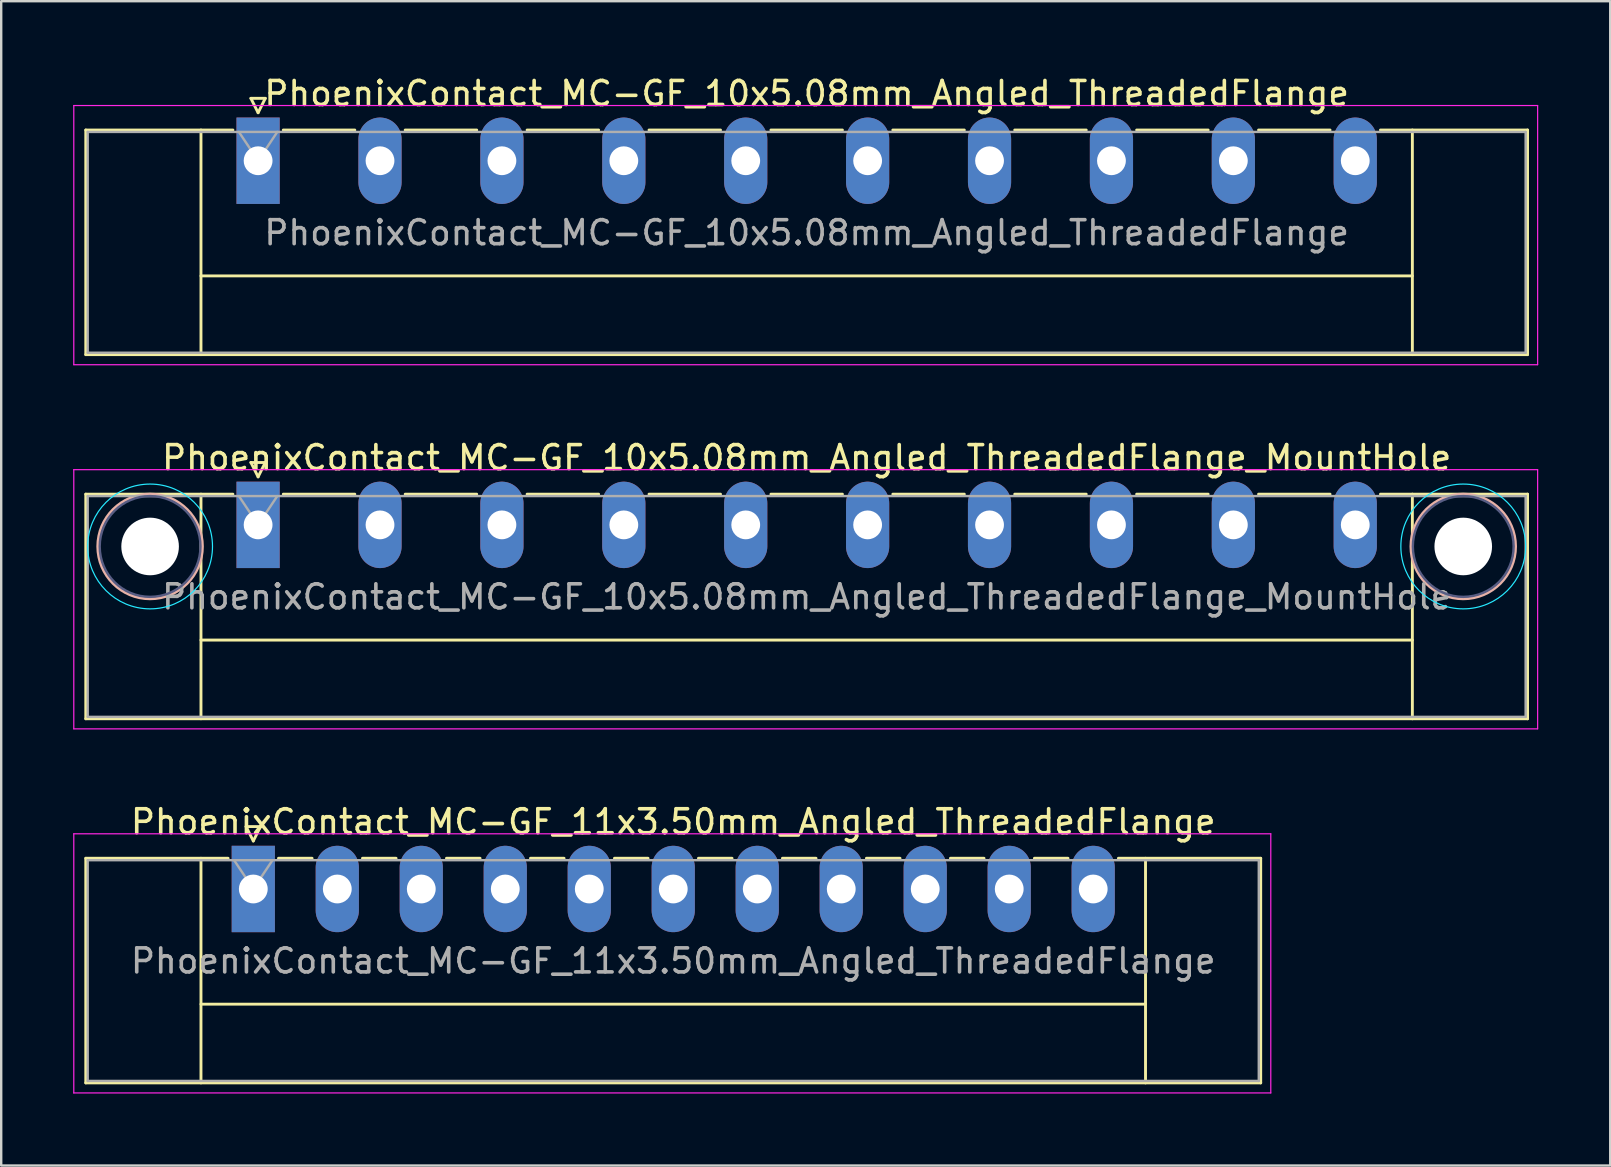
<source format=kicad_pcb>
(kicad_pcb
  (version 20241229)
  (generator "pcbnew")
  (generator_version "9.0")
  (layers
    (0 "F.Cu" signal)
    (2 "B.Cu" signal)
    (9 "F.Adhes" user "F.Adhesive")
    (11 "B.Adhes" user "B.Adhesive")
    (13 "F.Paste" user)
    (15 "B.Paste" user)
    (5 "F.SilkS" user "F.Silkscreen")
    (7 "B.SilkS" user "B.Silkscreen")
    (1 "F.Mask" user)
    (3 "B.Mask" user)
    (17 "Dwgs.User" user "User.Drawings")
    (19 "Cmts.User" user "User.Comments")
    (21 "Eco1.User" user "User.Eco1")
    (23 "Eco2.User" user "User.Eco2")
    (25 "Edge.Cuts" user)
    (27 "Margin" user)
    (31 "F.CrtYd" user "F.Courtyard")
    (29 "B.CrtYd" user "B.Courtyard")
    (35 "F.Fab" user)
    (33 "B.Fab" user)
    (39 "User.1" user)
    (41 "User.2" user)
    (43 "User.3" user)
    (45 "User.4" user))
  (footprint "PhoenixContact_MC-GF_10x5.08mm_Angled_ThreadedFlange"
    (layer "F.Cu")
    (at 7.705 3.648)
    (property "Reference" "PhoenixContact_MC-GF_10x5.08mm_Angled_ThreadedFlange" (at 22.86 -2.8 0) (layer "F.SilkS") (effects (font (size 1 1) (thickness 0.15))))
    (attr through_hole)
    (fp_line (start -7.18 -1.28) (end -7.18 8.08) (stroke (width 0.12) (type solid)) (layer "F.SilkS"))
    (fp_line (start -7.18 -1.28) (end -1.05 -1.28) (stroke (width 0.12) (type solid)) (layer "F.SilkS"))
    (fp_line (start -7.18 8.08) (end 52.9 8.08) (stroke (width 0.12) (type solid)) (layer "F.SilkS"))
    (fp_line (start -2.38 -1.28) (end -2.38 8.08) (stroke (width 0.12) (type solid)) (layer "F.SilkS"))
    (fp_line (start -2.38 4.8) (end 48.1 4.8) (stroke (width 0.12) (type solid)) (layer "F.SilkS"))
    (fp_line (start -0.3 -2.6) (end 0.3 -2.6) (stroke (width 0.12) (type solid)) (layer "F.SilkS"))
    (fp_line (start 0 -2) (end -0.3 -2.6) (stroke (width 0.12) (type solid)) (layer "F.SilkS"))
    (fp_line (start 0.3 -2.6) (end 0 -2) (stroke (width 0.12) (type solid)) (layer "F.SilkS"))
    (fp_line (start 1.05 -1.28) (end 4.03 -1.28) (stroke (width 0.12) (type solid)) (layer "F.SilkS"))
    (fp_line (start 6.13 -1.28) (end 9.11 -1.28) (stroke (width 0.12) (type solid)) (layer "F.SilkS"))
    (fp_line (start 11.21 -1.28) (end 14.19 -1.28) (stroke (width 0.12) (type solid)) (layer "F.SilkS"))
    (fp_line (start 16.29 -1.28) (end 19.27 -1.28) (stroke (width 0.12) (type solid)) (layer "F.SilkS"))
    (fp_line (start 21.37 -1.28) (end 24.35 -1.28) (stroke (width 0.12) (type solid)) (layer "F.SilkS"))
    (fp_line (start 26.45 -1.28) (end 29.43 -1.28) (stroke (width 0.12) (type solid)) (layer "F.SilkS"))
    (fp_line (start 31.53 -1.28) (end 34.51 -1.28) (stroke (width 0.12) (type solid)) (layer "F.SilkS"))
    (fp_line (start 36.61 -1.28) (end 39.59 -1.28) (stroke (width 0.12) (type solid)) (layer "F.SilkS"))
    (fp_line (start 41.69 -1.28) (end 44.67 -1.28) (stroke (width 0.12) (type solid)) (layer "F.SilkS"))
    (fp_line (start 48.1 -1.28) (end 48.1 8.08) (stroke (width 0.12) (type solid)) (layer "F.SilkS"))
    (fp_line (start 52.9 -1.28) (end 46.77 -1.28) (stroke (width 0.12) (type solid)) (layer "F.SilkS"))
    (fp_line (start 52.9 8.08) (end 52.9 -1.28) (stroke (width 0.12) (type solid)) (layer "F.SilkS"))
    (fp_line (start -7.68 -2.3) (end -7.68 8.5) (stroke (width 0.05) (type solid)) (layer "F.CrtYd"))
    (fp_line (start -7.68 8.5) (end 53.32 8.5) (stroke (width 0.05) (type solid)) (layer "F.CrtYd"))
    (fp_line (start 53.32 -2.3) (end -7.68 -2.3) (stroke (width 0.05) (type solid)) (layer "F.CrtYd"))
    (fp_line (start 53.32 8.5) (end 53.32 -2.3) (stroke (width 0.05) (type solid)) (layer "F.CrtYd"))
    (fp_line (start -7.1 -1.2) (end -7.1 8) (stroke (width 0.1) (type solid)) (layer "F.Fab"))
    (fp_line (start -7.1 8) (end 52.82 8) (stroke (width 0.1) (type solid)) (layer "F.Fab"))
    (fp_line (start 0 0) (end -0.8 -1.2) (stroke (width 0.1) (type solid)) (layer "F.Fab"))
    (fp_line (start 0.8 -1.2) (end 0 0) (stroke (width 0.1) (type solid)) (layer "F.Fab"))
    (fp_line (start 52.82 -1.2) (end -7.1 -1.2) (stroke (width 0.1) (type solid)) (layer "F.Fab"))
    (fp_line (start 52.82 8) (end 52.82 -1.2) (stroke (width 0.1) (type solid)) (layer "F.Fab"))
    (fp_text user "${REFERENCE}" (at 22.86 3 0) (layer "F.Fab") (effects (font (size 1 1) (thickness 0.15))))
    (pad "1" thru_hole rect (at 0 0) (size 1.8 3.6) (drill 1.2) (layers "*.Cu" "*.Mask"))
    (pad "2" thru_hole oval (at 5.08 0) (size 1.8 3.6) (drill 1.2) (layers "*.Cu" "*.Mask"))
    (pad "3" thru_hole oval (at 10.16 0) (size 1.8 3.6) (drill 1.2) (layers "*.Cu" "*.Mask"))
    (pad "4" thru_hole oval (at 15.24 0) (size 1.8 3.6) (drill 1.2) (layers "*.Cu" "*.Mask"))
    (pad "5" thru_hole oval (at 20.32 0) (size 1.8 3.6) (drill 1.2) (layers "*.Cu" "*.Mask"))
    (pad "6" thru_hole oval (at 25.4 0) (size 1.8 3.6) (drill 1.2) (layers "*.Cu" "*.Mask"))
    (pad "7" thru_hole oval (at 30.48 0) (size 1.8 3.6) (drill 1.2) (layers "*.Cu" "*.Mask"))
    (pad "8" thru_hole oval (at 35.56 0) (size 1.8 3.6) (drill 1.2) (layers "*.Cu" "*.Mask"))
    (pad "9" thru_hole oval (at 40.64 0) (size 1.8 3.6) (drill 1.2) (layers "*.Cu" "*.Mask"))
    (pad "10" thru_hole oval (at 45.72 0) (size 1.8 3.6) (drill 1.2) (layers "*.Cu" "*.Mask")))
  (footprint "PhoenixContact_MC-GF_10x5.08mm_Angled_ThreadedFlange_MountHole"
    (layer "F.Cu")
    (at 7.705 18.822)
    (property "Reference" "PhoenixContact_MC-GF_10x5.08mm_Angled_ThreadedFlange_MountHole" (at 22.86 -2.8 0) (layer "F.SilkS") (effects (font (size 1 1) (thickness 0.15))))
    (attr through_hole)
    (fp_line (start -7.18 -1.28) (end -7.18 8.08) (stroke (width 0.12) (type solid)) (layer "F.SilkS"))
    (fp_line (start -7.18 -1.28) (end -1.05 -1.28) (stroke (width 0.12) (type solid)) (layer "F.SilkS"))
    (fp_line (start -7.18 8.08) (end 52.9 8.08) (stroke (width 0.12) (type solid)) (layer "F.SilkS"))
    (fp_line (start -2.38 -1.28) (end -2.38 8.08) (stroke (width 0.12) (type solid)) (layer "F.SilkS"))
    (fp_line (start -2.38 4.8) (end 48.1 4.8) (stroke (width 0.12) (type solid)) (layer "F.SilkS"))
    (fp_line (start -0.3 -2.6) (end 0.3 -2.6) (stroke (width 0.12) (type solid)) (layer "F.SilkS"))
    (fp_line (start 0 -2) (end -0.3 -2.6) (stroke (width 0.12) (type solid)) (layer "F.SilkS"))
    (fp_line (start 0.3 -2.6) (end 0 -2) (stroke (width 0.12) (type solid)) (layer "F.SilkS"))
    (fp_line (start 1.05 -1.28) (end 4.03 -1.28) (stroke (width 0.12) (type solid)) (layer "F.SilkS"))
    (fp_line (start 6.13 -1.28) (end 9.11 -1.28) (stroke (width 0.12) (type solid)) (layer "F.SilkS"))
    (fp_line (start 11.21 -1.28) (end 14.19 -1.28) (stroke (width 0.12) (type solid)) (layer "F.SilkS"))
    (fp_line (start 16.29 -1.28) (end 19.27 -1.28) (stroke (width 0.12) (type solid)) (layer "F.SilkS"))
    (fp_line (start 21.37 -1.28) (end 24.35 -1.28) (stroke (width 0.12) (type solid)) (layer "F.SilkS"))
    (fp_line (start 26.45 -1.28) (end 29.43 -1.28) (stroke (width 0.12) (type solid)) (layer "F.SilkS"))
    (fp_line (start 31.53 -1.28) (end 34.51 -1.28) (stroke (width 0.12) (type solid)) (layer "F.SilkS"))
    (fp_line (start 36.61 -1.28) (end 39.59 -1.28) (stroke (width 0.12) (type solid)) (layer "F.SilkS"))
    (fp_line (start 41.69 -1.28) (end 44.67 -1.28) (stroke (width 0.12) (type solid)) (layer "F.SilkS"))
    (fp_line (start 48.1 -1.28) (end 48.1 8.08) (stroke (width 0.12) (type solid)) (layer "F.SilkS"))
    (fp_line (start 52.9 -1.28) (end 46.77 -1.28) (stroke (width 0.12) (type solid)) (layer "F.SilkS"))
    (fp_line (start 52.9 8.08) (end 52.9 -1.28) (stroke (width 0.12) (type solid)) (layer "F.SilkS"))
    (fp_circle (center -4.5 0.9) (end -2.32 0.9) (stroke (width 0.12) (type solid)) (fill no) (layer "B.SilkS"))
    (fp_circle (center 50.22 0.9) (end 52.4 0.9) (stroke (width 0.12) (type solid)) (fill no) (layer "B.SilkS"))
    (fp_circle (center -4.5 0.9) (end -1.9 0.9) (stroke (width 0.05) (type solid)) (fill no) (layer "B.CrtYd"))
    (fp_circle (center 50.22 0.9) (end 52.82 0.9) (stroke (width 0.05) (type solid)) (fill no) (layer "B.CrtYd"))
    (fp_line (start -7.68 -2.3) (end -7.68 8.5) (stroke (width 0.05) (type solid)) (layer "F.CrtYd"))
    (fp_line (start -7.68 8.5) (end 53.32 8.5) (stroke (width 0.05) (type solid)) (layer "F.CrtYd"))
    (fp_line (start 53.32 -2.3) (end -7.68 -2.3) (stroke (width 0.05) (type solid)) (layer "F.CrtYd"))
    (fp_line (start 53.32 8.5) (end 53.32 -2.3) (stroke (width 0.05) (type solid)) (layer "F.CrtYd"))
    (fp_circle (center -4.5 0.9) (end -2.4 0.9) (stroke (width 0.1) (type solid)) (fill no) (layer "B.Fab"))
    (fp_circle (center 50.22 0.9) (end 52.32 0.9) (stroke (width 0.1) (type solid)) (fill no) (layer "B.Fab"))
    (fp_line (start -7.1 -1.2) (end -7.1 8) (stroke (width 0.1) (type solid)) (layer "F.Fab"))
    (fp_line (start -7.1 8) (end 52.82 8) (stroke (width 0.1) (type solid)) (layer "F.Fab"))
    (fp_line (start 0 0) (end -0.8 -1.2) (stroke (width 0.1) (type solid)) (layer "F.Fab"))
    (fp_line (start 0.8 -1.2) (end 0 0) (stroke (width 0.1) (type solid)) (layer "F.Fab"))
    (fp_line (start 52.82 -1.2) (end -7.1 -1.2) (stroke (width 0.1) (type solid)) (layer "F.Fab"))
    (fp_line (start 52.82 8) (end 52.82 -1.2) (stroke (width 0.1) (type solid)) (layer "F.Fab"))
    (fp_text user "${REFERENCE}" (at 22.86 3 0) (layer "F.Fab") (effects (font (size 1 1) (thickness 0.15))))
    (pad "" np_thru_hole circle (at -4.5 0.9) (size 2.4 2.4) (drill 2.4) (layers "*.Cu" "*.Mask"))
    (pad "" np_thru_hole circle (at 50.22 0.9) (size 2.4 2.4) (drill 2.4) (layers "*.Cu" "*.Mask"))
    (pad "1" thru_hole rect (at 0 0) (size 1.8 3.6) (drill 1.2) (layers "*.Cu" "*.Mask"))
    (pad "2" thru_hole oval (at 5.08 0) (size 1.8 3.6) (drill 1.2) (layers "*.Cu" "*.Mask"))
    (pad "3" thru_hole oval (at 10.16 0) (size 1.8 3.6) (drill 1.2) (layers "*.Cu" "*.Mask"))
    (pad "4" thru_hole oval (at 15.24 0) (size 1.8 3.6) (drill 1.2) (layers "*.Cu" "*.Mask"))
    (pad "5" thru_hole oval (at 20.32 0) (size 1.8 3.6) (drill 1.2) (layers "*.Cu" "*.Mask"))
    (pad "6" thru_hole oval (at 25.4 0) (size 1.8 3.6) (drill 1.2) (layers "*.Cu" "*.Mask"))
    (pad "7" thru_hole oval (at 30.48 0) (size 1.8 3.6) (drill 1.2) (layers "*.Cu" "*.Mask"))
    (pad "8" thru_hole oval (at 35.56 0) (size 1.8 3.6) (drill 1.2) (layers "*.Cu" "*.Mask"))
    (pad "9" thru_hole oval (at 40.64 0) (size 1.8 3.6) (drill 1.2) (layers "*.Cu" "*.Mask"))
    (pad "10" thru_hole oval (at 45.72 0) (size 1.8 3.6) (drill 1.2) (layers "*.Cu" "*.Mask")))
  (footprint "PhoenixContact_MC-GF_11x3.50mm_Angled_ThreadedFlange"
    (layer "F.Cu")
    (at 7.505 33.995)
    (property "Reference" "PhoenixContact_MC-GF_11x3.50mm_Angled_ThreadedFlange" (at 17.5 -2.8 0) (layer "F.SilkS") (effects (font (size 1 1) (thickness 0.15))))
    (attr through_hole)
    (fp_line (start -6.98 -1.28) (end -6.98 8.08) (stroke (width 0.12) (type solid)) (layer "F.SilkS"))
    (fp_line (start -6.98 -1.28) (end -1.05 -1.28) (stroke (width 0.12) (type solid)) (layer "F.SilkS"))
    (fp_line (start -6.98 8.08) (end 41.98 8.08) (stroke (width 0.12) (type solid)) (layer "F.SilkS"))
    (fp_line (start -2.18 -1.28) (end -2.18 8.08) (stroke (width 0.12) (type solid)) (layer "F.SilkS"))
    (fp_line (start -2.18 4.8) (end 37.18 4.8) (stroke (width 0.12) (type solid)) (layer "F.SilkS"))
    (fp_line (start -0.3 -2.6) (end 0.3 -2.6) (stroke (width 0.12) (type solid)) (layer "F.SilkS"))
    (fp_line (start 0 -2) (end -0.3 -2.6) (stroke (width 0.12) (type solid)) (layer "F.SilkS"))
    (fp_line (start 0.3 -2.6) (end 0 -2) (stroke (width 0.12) (type solid)) (layer "F.SilkS"))
    (fp_line (start 1.05 -1.28) (end 2.45 -1.28) (stroke (width 0.12) (type solid)) (layer "F.SilkS"))
    (fp_line (start 4.55 -1.28) (end 5.95 -1.28) (stroke (width 0.12) (type solid)) (layer "F.SilkS"))
    (fp_line (start 8.05 -1.28) (end 9.45 -1.28) (stroke (width 0.12) (type solid)) (layer "F.SilkS"))
    (fp_line (start 11.55 -1.28) (end 12.95 -1.28) (stroke (width 0.12) (type solid)) (layer "F.SilkS"))
    (fp_line (start 15.05 -1.28) (end 16.45 -1.28) (stroke (width 0.12) (type solid)) (layer "F.SilkS"))
    (fp_line (start 18.55 -1.28) (end 19.95 -1.28) (stroke (width 0.12) (type solid)) (layer "F.SilkS"))
    (fp_line (start 22.05 -1.28) (end 23.45 -1.28) (stroke (width 0.12) (type solid)) (layer "F.SilkS"))
    (fp_line (start 25.55 -1.28) (end 26.95 -1.28) (stroke (width 0.12) (type solid)) (layer "F.SilkS"))
    (fp_line (start 29.05 -1.28) (end 30.45 -1.28) (stroke (width 0.12) (type solid)) (layer "F.SilkS"))
    (fp_line (start 32.55 -1.28) (end 33.95 -1.28) (stroke (width 0.12) (type solid)) (layer "F.SilkS"))
    (fp_line (start 37.18 -1.28) (end 37.18 8.08) (stroke (width 0.12) (type solid)) (layer "F.SilkS"))
    (fp_line (start 41.98 -1.28) (end 36.05 -1.28) (stroke (width 0.12) (type solid)) (layer "F.SilkS"))
    (fp_line (start 41.98 8.08) (end 41.98 -1.28) (stroke (width 0.12) (type solid)) (layer "F.SilkS"))
    (fp_line (start -7.48 -2.3) (end -7.48 8.5) (stroke (width 0.05) (type solid)) (layer "F.CrtYd"))
    (fp_line (start -7.48 8.5) (end 42.4 8.5) (stroke (width 0.05) (type solid)) (layer "F.CrtYd"))
    (fp_line (start 42.4 -2.3) (end -7.48 -2.3) (stroke (width 0.05) (type solid)) (layer "F.CrtYd"))
    (fp_line (start 42.4 8.5) (end 42.4 -2.3) (stroke (width 0.05) (type solid)) (layer "F.CrtYd"))
    (fp_line (start -6.9 -1.2) (end -6.9 8) (stroke (width 0.1) (type solid)) (layer "F.Fab"))
    (fp_line (start -6.9 8) (end 41.9 8) (stroke (width 0.1) (type solid)) (layer "F.Fab"))
    (fp_line (start 0 0) (end -0.8 -1.2) (stroke (width 0.1) (type solid)) (layer "F.Fab"))
    (fp_line (start 0.8 -1.2) (end 0 0) (stroke (width 0.1) (type solid)) (layer "F.Fab"))
    (fp_line (start 41.9 -1.2) (end -6.9 -1.2) (stroke (width 0.1) (type solid)) (layer "F.Fab"))
    (fp_line (start 41.9 8) (end 41.9 -1.2) (stroke (width 0.1) (type solid)) (layer "F.Fab"))
    (fp_text user "${REFERENCE}" (at 17.5 3 0) (layer "F.Fab") (effects (font (size 1 1) (thickness 0.15))))
    (pad "1" thru_hole rect (at 0 0) (size 1.8 3.6) (drill 1.2) (layers "*.Cu" "*.Mask"))
    (pad "2" thru_hole oval (at 3.5 0) (size 1.8 3.6) (drill 1.2) (layers "*.Cu" "*.Mask"))
    (pad "3" thru_hole oval (at 7 0) (size 1.8 3.6) (drill 1.2) (layers "*.Cu" "*.Mask"))
    (pad "4" thru_hole oval (at 10.5 0) (size 1.8 3.6) (drill 1.2) (layers "*.Cu" "*.Mask"))
    (pad "5" thru_hole oval (at 14 0) (size 1.8 3.6) (drill 1.2) (layers "*.Cu" "*.Mask"))
    (pad "6" thru_hole oval (at 17.5 0) (size 1.8 3.6) (drill 1.2) (layers "*.Cu" "*.Mask"))
    (pad "7" thru_hole oval (at 21 0) (size 1.8 3.6) (drill 1.2) (layers "*.Cu" "*.Mask"))
    (pad "8" thru_hole oval (at 24.5 0) (size 1.8 3.6) (drill 1.2) (layers "*.Cu" "*.Mask"))
    (pad "9" thru_hole oval (at 28 0) (size 1.8 3.6) (drill 1.2) (layers "*.Cu" "*.Mask"))
    (pad "10" thru_hole oval (at 31.5 0) (size 1.8 3.6) (drill 1.2) (layers "*.Cu" "*.Mask"))
    (pad "11" thru_hole oval (at 35 0) (size 1.8 3.6) (drill 1.2) (layers "*.Cu" "*.Mask")))
  (gr_rect
    (start -3 -3)
    (end 64.05 45.52)
    (stroke (width 0.1) (type default))
    (fill no)
    (layer "Edge.Cuts")))
</source>
